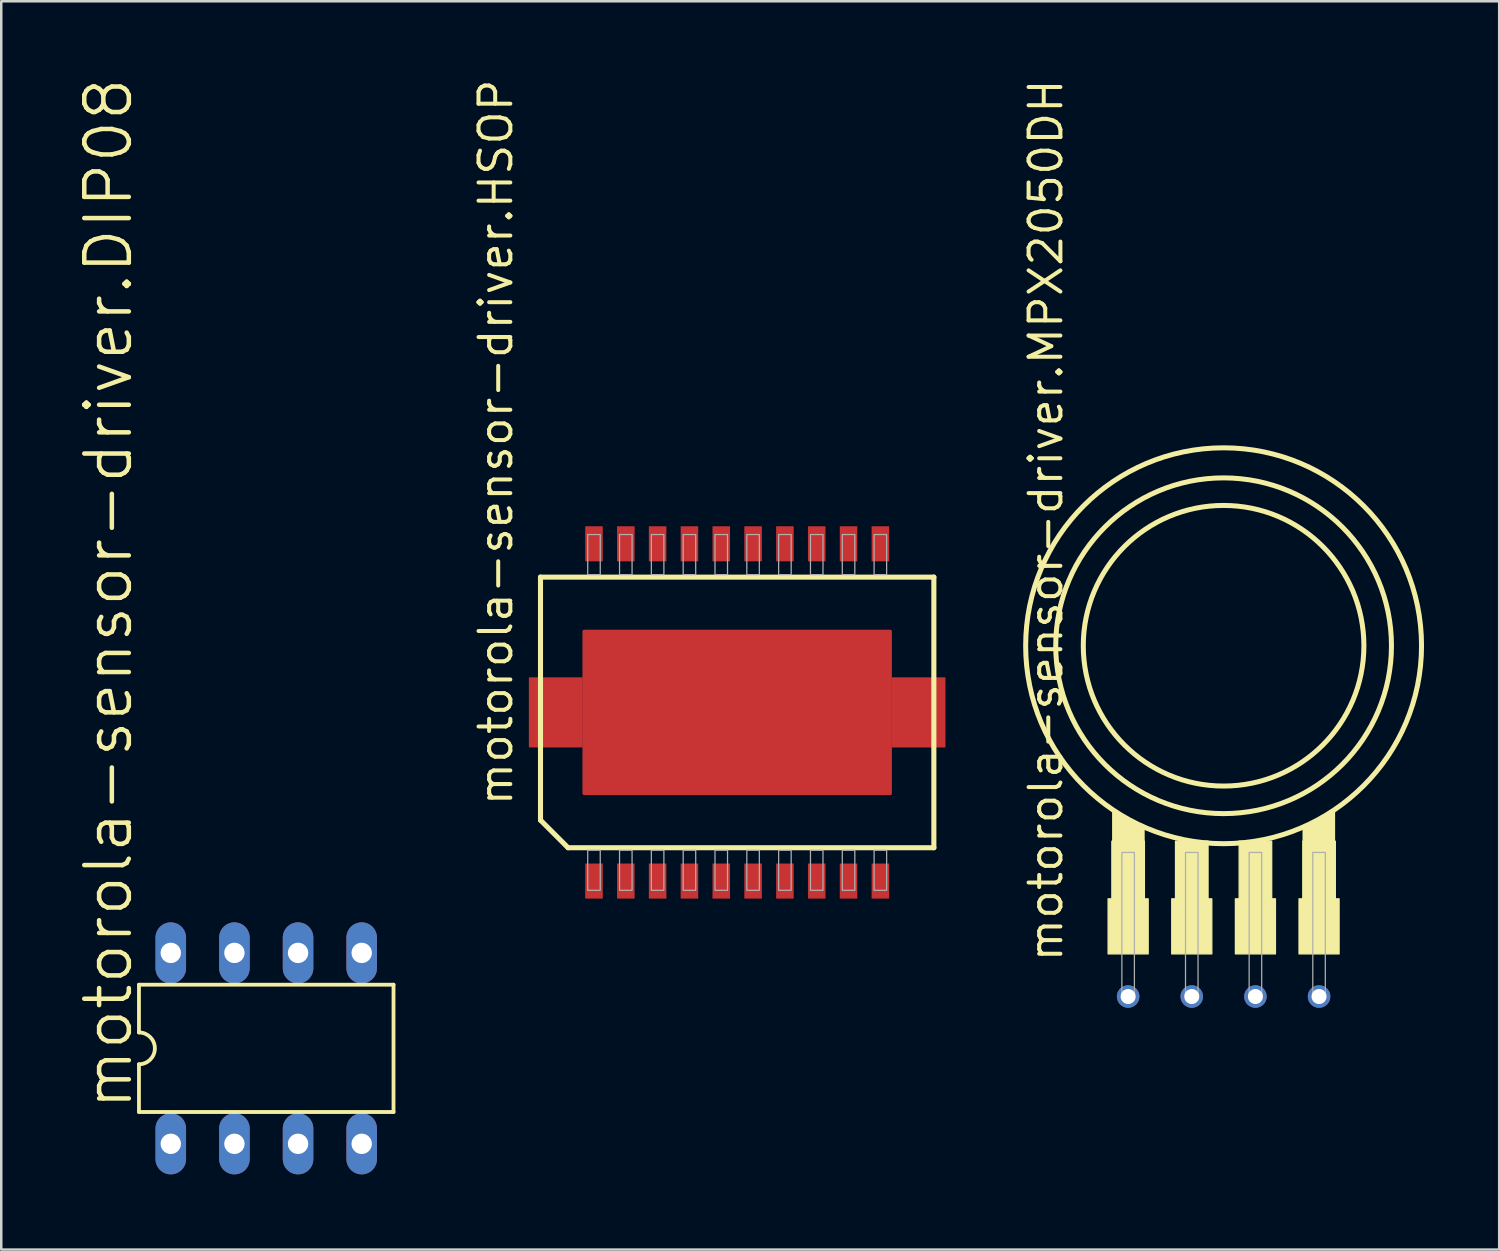
<source format=kicad_pcb>
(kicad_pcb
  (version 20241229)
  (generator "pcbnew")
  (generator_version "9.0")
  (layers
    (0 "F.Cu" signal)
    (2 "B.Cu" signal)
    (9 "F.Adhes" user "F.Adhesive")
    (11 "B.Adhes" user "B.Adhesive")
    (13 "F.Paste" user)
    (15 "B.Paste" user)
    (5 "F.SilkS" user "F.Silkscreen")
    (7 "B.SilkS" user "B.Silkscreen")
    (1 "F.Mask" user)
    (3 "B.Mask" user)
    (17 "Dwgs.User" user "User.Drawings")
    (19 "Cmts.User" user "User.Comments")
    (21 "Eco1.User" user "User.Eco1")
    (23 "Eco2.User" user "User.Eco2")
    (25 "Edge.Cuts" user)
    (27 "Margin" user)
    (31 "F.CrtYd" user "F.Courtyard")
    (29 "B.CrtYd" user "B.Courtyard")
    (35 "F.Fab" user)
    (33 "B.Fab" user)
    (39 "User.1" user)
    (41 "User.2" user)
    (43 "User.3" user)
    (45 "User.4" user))
  (footprint "motorola-sensor-driver.MPX2050DH"
    (layer "F.Cu")
    (at 45.786 22.723)
    (property "Reference" "motorola-sensor-driver.MPX2050DH" (at -6.35 12.7 90) (layer "F.SilkS") (effects (font (size 1.27 1.27) (thickness 0.16)) (justify left bottom)))
    (attr through_hole)
    (fp_rect (start -4.61 12.3) (end -3.01 10.1) (stroke (width 0.05) (type default)) (fill yes) (layer "F.SilkS"))
    (fp_rect (start -4.46 10.4) (end -3.16 7.8) (stroke (width 0.05) (type default)) (fill yes) (layer "F.SilkS"))
    (fp_rect (start -2.07 12.3) (end -0.47 10.1) (stroke (width 0.05) (type default)) (fill yes) (layer "F.SilkS"))
    (fp_rect (start -1.92 10.4) (end -0.62 7.8) (stroke (width 0.05) (type default)) (fill yes) (layer "F.SilkS"))
    (fp_rect (start 0.47 12.3) (end 2.07 10.1) (stroke (width 0.05) (type default)) (fill yes) (layer "F.SilkS"))
    (fp_rect (start 0.62 10.4) (end 1.92 7.8) (stroke (width 0.05) (type default)) (fill yes) (layer "F.SilkS"))
    (fp_rect (start 3.01 12.3) (end 4.61 10.1) (stroke (width 0.05) (type default)) (fill yes) (layer "F.SilkS"))
    (fp_rect (start 3.16 10.4) (end 4.46 7.8) (stroke (width 0.05) (type default)) (fill yes) (layer "F.SilkS"))
    (fp_circle (center 0 0) (end 5.6 0) (stroke (width 0.2) (type default)) (fill no) (layer "F.SilkS"))
    (fp_circle (center 0 0) (end 6.7 0) (stroke (width 0.2) (type default)) (fill no) (layer "F.SilkS"))
    (fp_circle (center 0 0) (end 7.9 0) (stroke (width 0.2) (type default)) (fill no) (layer "F.SilkS"))
    (fp_poly (pts (xy -4.4 7.8) (xy -4.4 6.6) (xy -3.2 7.3) (xy -3.2 7.8)) (stroke (width 0.102) (type default)) (fill yes) (layer "F.SilkS"))
    (fp_poly (pts (xy 3.2 7.8) (xy 3.2 7.3) (xy 4.4 6.6) (xy 4.4 7.8)) (stroke (width 0.102) (type default)) (fill yes) (layer "F.SilkS"))
    (fp_rect (start -4.06 14) (end -3.56 8.25) (stroke (width 0.05) (type default)) (fill no) (layer "F.Fab"))
    (fp_rect (start -1.52 14) (end -1.02 8.25) (stroke (width 0.05) (type default)) (fill no) (layer "F.Fab"))
    (fp_rect (start 1.02 14) (end 1.52 8.25) (stroke (width 0.05) (type default)) (fill no) (layer "F.Fab"))
    (fp_rect (start 3.56 14) (end 4.06 8.25) (stroke (width 0.05) (type default)) (fill no) (layer "F.Fab"))
    (pad "1" thru_hole circle (at -3.81 14) (size 0.9 0.9) (drill 0.6) (layers "*.Cu" "*.Mask"))
    (pad "2" thru_hole circle (at -1.27 14) (size 0.9 0.9) (drill 0.6) (layers "*.Cu" "*.Mask"))
    (pad "3" thru_hole circle (at 1.27 14) (size 0.9 0.9) (drill 0.6) (layers "*.Cu" "*.Mask"))
    (pad "4" thru_hole circle (at 3.81 14) (size 0.9 0.9) (drill 0.6) (layers "*.Cu" "*.Mask")))
  (footprint "motorola-sensor-driver.HSOP"
    (layer "F.Cu")
    (at 26.372 25.384)
    (property "Reference" "motorola-sensor-driver.HSOP" (at -8.89 3.81 90) (layer "F.SilkS") (effects (font (size 1.27 1.27) (thickness 0.16)) (justify left bottom)))
    (attr smd)
    (fp_line (start -7.85 -5.4) (end 7.85 -5.4) (stroke (width 0.203) (type default)) (layer "F.SilkS"))
    (fp_line (start -7.85 4.3) (end -7.85 -5.4) (stroke (width 0.203) (type default)) (layer "F.SilkS"))
    (fp_line (start -7.85 4.3) (end -6.75 5.4) (stroke (width 0.203) (type default)) (layer "F.SilkS"))
    (fp_line (start 7.85 -5.4) (end 7.85 5.4) (stroke (width 0.203) (type default)) (layer "F.SilkS"))
    (fp_line (start 7.85 5.4) (end -6.75 5.4) (stroke (width 0.203) (type default)) (layer "F.SilkS"))
    (fp_rect (start -5.965 -5.5) (end -5.465 -7.1) (stroke (width 0.05) (type default)) (fill no) (layer "F.Fab"))
    (fp_rect (start -5.965 7.1) (end -5.465 5.5) (stroke (width 0.05) (type default)) (fill no) (layer "F.Fab"))
    (fp_rect (start -4.695 -5.5) (end -4.195 -7.1) (stroke (width 0.05) (type default)) (fill no) (layer "F.Fab"))
    (fp_rect (start -4.695 7.1) (end -4.195 5.5) (stroke (width 0.05) (type default)) (fill no) (layer "F.Fab"))
    (fp_rect (start -3.425 -5.5) (end -2.925 -7.1) (stroke (width 0.05) (type default)) (fill no) (layer "F.Fab"))
    (fp_rect (start -3.425 7.1) (end -2.925 5.5) (stroke (width 0.05) (type default)) (fill no) (layer "F.Fab"))
    (fp_rect (start -2.155 -5.5) (end -1.655 -7.1) (stroke (width 0.05) (type default)) (fill no) (layer "F.Fab"))
    (fp_rect (start -2.155 7.1) (end -1.655 5.5) (stroke (width 0.05) (type default)) (fill no) (layer "F.Fab"))
    (fp_rect (start -0.885 -5.5) (end -0.385 -7.1) (stroke (width 0.05) (type default)) (fill no) (layer "F.Fab"))
    (fp_rect (start -0.885 7.1) (end -0.385 5.5) (stroke (width 0.05) (type default)) (fill no) (layer "F.Fab"))
    (fp_rect (start 0.385 -5.5) (end 0.885 -7.1) (stroke (width 0.05) (type default)) (fill no) (layer "F.Fab"))
    (fp_rect (start 0.385 7.1) (end 0.885 5.5) (stroke (width 0.05) (type default)) (fill no) (layer "F.Fab"))
    (fp_rect (start 1.655 -5.5) (end 2.155 -7.1) (stroke (width 0.05) (type default)) (fill no) (layer "F.Fab"))
    (fp_rect (start 1.655 7.1) (end 2.155 5.5) (stroke (width 0.05) (type default)) (fill no) (layer "F.Fab"))
    (fp_rect (start 2.925 -5.5) (end 3.425 -7.1) (stroke (width 0.05) (type default)) (fill no) (layer "F.Fab"))
    (fp_rect (start 2.925 7.1) (end 3.425 5.5) (stroke (width 0.05) (type default)) (fill no) (layer "F.Fab"))
    (fp_rect (start 4.195 -5.5) (end 4.695 -7.1) (stroke (width 0.05) (type default)) (fill no) (layer "F.Fab"))
    (fp_rect (start 4.195 7.1) (end 4.695 5.5) (stroke (width 0.05) (type default)) (fill no) (layer "F.Fab"))
    (fp_rect (start 5.465 -5.5) (end 5.965 -7.1) (stroke (width 0.05) (type default)) (fill no) (layer "F.Fab"))
    (fp_rect (start 5.465 7.1) (end 5.965 5.5) (stroke (width 0.05) (type default)) (fill no) (layer "F.Fab"))
    (pad "1" smd roundrect (at -5.715 6.731) (size 0.7 1.4) (layers "F.Cu" "F.Mask" "F.Paste") (roundrect_rratio 0.01))
    (pad "2" smd roundrect (at -4.445 6.731) (size 0.7 1.4) (layers "F.Cu" "F.Mask" "F.Paste") (roundrect_rratio 0.01))
    (pad "3" smd roundrect (at -3.175 6.731) (size 0.7 1.4) (layers "F.Cu" "F.Mask" "F.Paste") (roundrect_rratio 0.01))
    (pad "4" smd roundrect (at -1.905 6.731) (size 0.7 1.4) (layers "F.Cu" "F.Mask" "F.Paste") (roundrect_rratio 0.01))
    (pad "5" smd roundrect (at -0.635 6.731) (size 0.7 1.4) (layers "F.Cu" "F.Mask" "F.Paste") (roundrect_rratio 0.01))
    (pad "6" smd roundrect (at 0.635 6.731) (size 0.7 1.4) (layers "F.Cu" "F.Mask" "F.Paste") (roundrect_rratio 0.01))
    (pad "7" smd roundrect (at 1.905 6.731) (size 0.7 1.4) (layers "F.Cu" "F.Mask" "F.Paste") (roundrect_rratio 0.01))
    (pad "8" smd roundrect (at 3.175 6.731) (size 0.7 1.4) (layers "F.Cu" "F.Mask" "F.Paste") (roundrect_rratio 0.01))
    (pad "9" smd roundrect (at 4.445 6.731) (size 0.7 1.4) (layers "F.Cu" "F.Mask" "F.Paste") (roundrect_rratio 0.01))
    (pad "10" smd roundrect (at 5.715 6.731) (size 0.7 1.4) (layers "F.Cu" "F.Mask" "F.Paste") (roundrect_rratio 0.01))
    (pad "11" smd roundrect (at 5.715 -6.731 180) (size 0.7 1.4) (layers "F.Cu" "F.Mask" "F.Paste") (roundrect_rratio 0.01))
    (pad "12" smd roundrect (at 4.445 -6.731 180) (size 0.7 1.4) (layers "F.Cu" "F.Mask" "F.Paste") (roundrect_rratio 0.01))
    (pad "13" smd roundrect (at 3.175 -6.731 180) (size 0.7 1.4) (layers "F.Cu" "F.Mask" "F.Paste") (roundrect_rratio 0.01))
    (pad "14" smd roundrect (at 1.905 -6.731 180) (size 0.7 1.4) (layers "F.Cu" "F.Mask" "F.Paste") (roundrect_rratio 0.01))
    (pad "15" smd roundrect (at 0.635 -6.731 180) (size 0.7 1.4) (layers "F.Cu" "F.Mask" "F.Paste") (roundrect_rratio 0.01))
    (pad "16" smd roundrect (at -0.635 -6.731 180) (size 0.7 1.4) (layers "F.Cu" "F.Mask" "F.Paste") (roundrect_rratio 0.01))
    (pad "17" smd roundrect (at -1.905 -6.731 180) (size 0.7 1.4) (layers "F.Cu" "F.Mask" "F.Paste") (roundrect_rratio 0.01))
    (pad "18" smd roundrect (at -3.175 -6.731 180) (size 0.7 1.4) (layers "F.Cu" "F.Mask" "F.Paste") (roundrect_rratio 0.01))
    (pad "19" smd roundrect (at -4.445 -6.731 180) (size 0.7 1.4) (layers "F.Cu" "F.Mask" "F.Paste") (roundrect_rratio 0.01))
    (pad "20" smd roundrect (at -5.715 -6.731 180) (size 0.7 1.4) (layers "F.Cu" "F.Mask" "F.Paste") (roundrect_rratio 0.01))
    (pad "SL1" smd roundrect (at 0 0) (size 12.35 6.6) (layers "F.Cu" "F.Mask" "F.Paste") (roundrect_rratio 0.01))
    (pad "SL2" smd roundrect (at -7.239 0) (size 2.15 2.8) (layers "F.Cu" "F.Mask" "F.Paste") (roundrect_rratio 0.01))
    (pad "SL3" smd roundrect (at 7.239 0) (size 2.15 2.8) (layers "F.Cu" "F.Mask" "F.Paste") (roundrect_rratio 0.01)))
  (footprint "motorola-sensor-driver.DIP08"
    (layer "F.Cu")
    (at 7.576 38.792)
    (property "Reference" "motorola-sensor-driver.DIP08" (at -5.258 2.54 90) (layer "F.SilkS") (effects (font (size 1.778 1.778) (thickness 0.18)) (justify left bottom)))
    (attr through_hole)
    (fp_line (start -5.08 -2.54) (end -5.08 -0.635) (stroke (width 0.152) (type default)) (layer "F.SilkS"))
    (fp_line (start -5.08 -2.54) (end 5.08 -2.54) (stroke (width 0.152) (type default)) (layer "F.SilkS"))
    (fp_line (start -5.08 0.635) (end -5.08 2.54) (stroke (width 0.152) (type default)) (layer "F.SilkS"))
    (fp_line (start 5.08 2.54) (end -5.08 2.54) (stroke (width 0.152) (type default)) (layer "F.SilkS"))
    (fp_line (start 5.08 2.54) (end 5.08 -2.54) (stroke (width 0.152) (type default)) (layer "F.SilkS"))
    (fp_arc (start -5.08 -0.635) (mid -4.445 0) (end -5.08 0.635) (stroke (width 0.1524) (type default)) (layer "F.SilkS"))
    (pad "1" thru_hole oval (at -3.81 3.81 90) (size 2.438 1.219) (drill 0.813) (layers "*.Cu" "*.Mask"))
    (pad "2" thru_hole oval (at -1.27 3.81 90) (size 2.438 1.219) (drill 0.813) (layers "*.Cu" "*.Mask"))
    (pad "3" thru_hole oval (at 1.27 3.81 90) (size 2.438 1.219) (drill 0.813) (layers "*.Cu" "*.Mask"))
    (pad "4" thru_hole oval (at 3.81 3.81 90) (size 2.438 1.219) (drill 0.813) (layers "*.Cu" "*.Mask"))
    (pad "5" thru_hole oval (at 3.81 -3.81 90) (size 2.438 1.219) (drill 0.813) (layers "*.Cu" "*.Mask"))
    (pad "6" thru_hole oval (at 1.27 -3.81 90) (size 2.438 1.219) (drill 0.813) (layers "*.Cu" "*.Mask"))
    (pad "7" thru_hole oval (at -1.27 -3.81 90) (size 2.438 1.219) (drill 0.813) (layers "*.Cu" "*.Mask"))
    (pad "8" thru_hole oval (at -3.81 -3.81 90) (size 2.438 1.219) (drill 0.813) (layers "*.Cu" "*.Mask")))
  (gr_rect
    (start -3 -3)
    (end 56.786 46.822)
    (stroke (width 0.1) (type default))
    (fill no)
    (layer "Edge.Cuts")))
</source>
